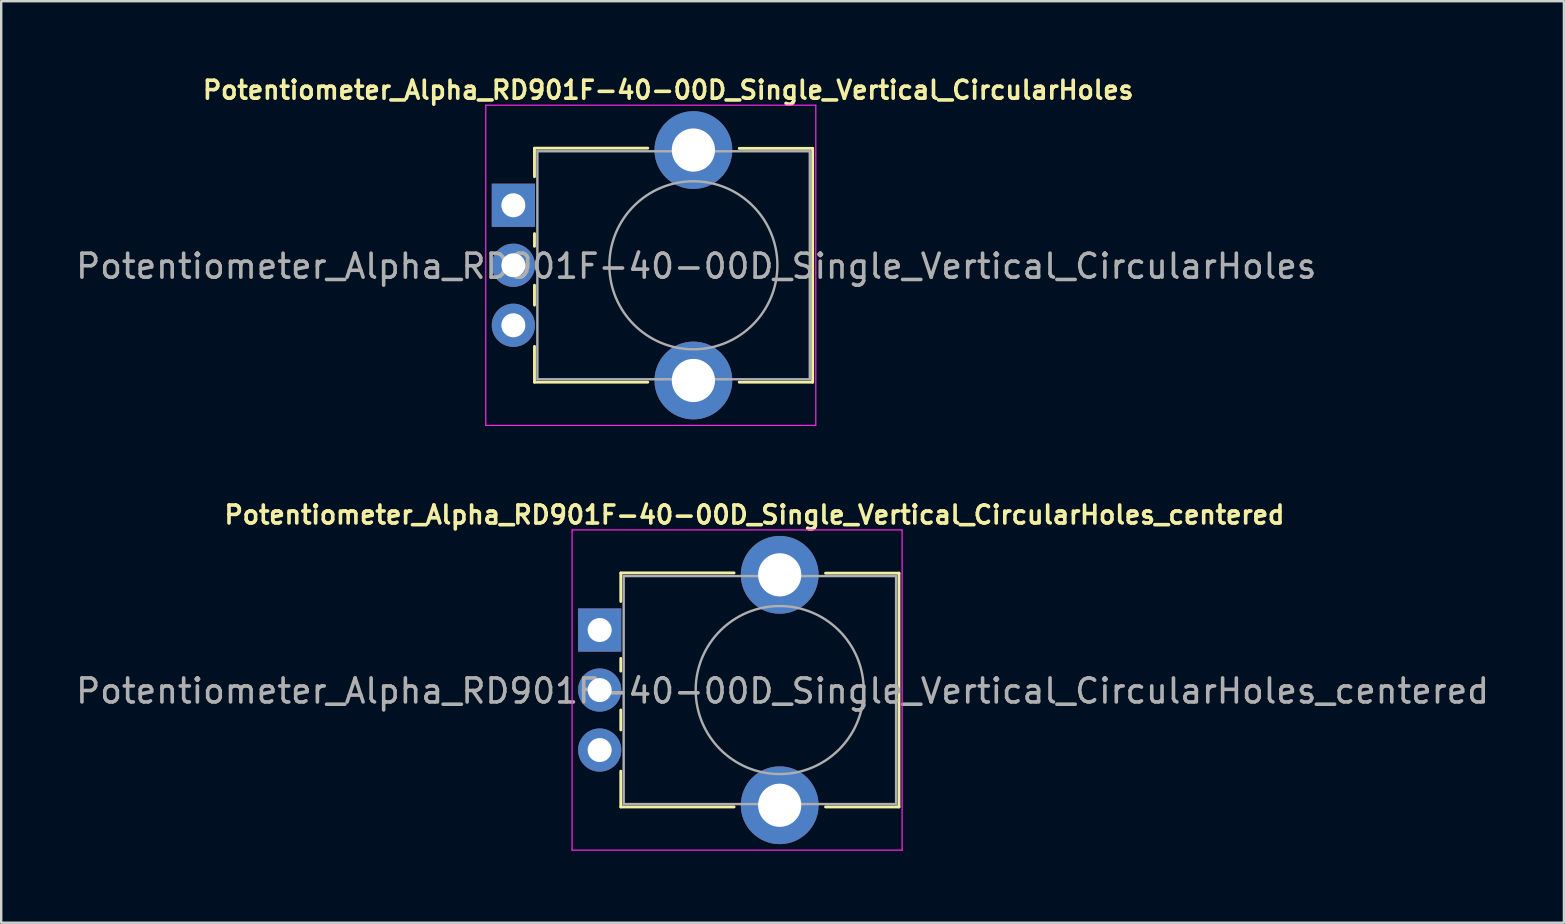
<source format=kicad_pcb>
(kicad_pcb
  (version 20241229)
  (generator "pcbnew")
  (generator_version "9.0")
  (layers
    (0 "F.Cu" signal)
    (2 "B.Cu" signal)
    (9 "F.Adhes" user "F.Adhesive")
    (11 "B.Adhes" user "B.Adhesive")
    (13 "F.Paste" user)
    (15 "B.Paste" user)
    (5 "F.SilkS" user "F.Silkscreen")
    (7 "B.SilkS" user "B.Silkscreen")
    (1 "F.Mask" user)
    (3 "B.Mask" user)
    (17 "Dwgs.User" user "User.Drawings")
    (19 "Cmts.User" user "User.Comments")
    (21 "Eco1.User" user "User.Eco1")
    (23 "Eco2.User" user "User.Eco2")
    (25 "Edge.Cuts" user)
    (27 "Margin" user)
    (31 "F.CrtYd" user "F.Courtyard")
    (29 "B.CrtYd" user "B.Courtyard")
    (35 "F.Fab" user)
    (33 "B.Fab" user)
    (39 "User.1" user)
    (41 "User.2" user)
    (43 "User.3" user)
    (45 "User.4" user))
  (footprint "Potentiometer_Alpha_RD901F-40-00D_Single_Vertical_CircularHoles_centered"
    (layer "F.Cu")
    (at 29.434 25.699)
    (property "Reference" "Potentiometer_Alpha_RD901F-40-00D_Single_Vertical_CircularHoles_centered" (at -1.05 -7.3 180) (layer "F.SilkS") (effects (font (size 0.75 0.75) (thickness 0.15))))
    (attr through_hole)
    (fp_line (start -6.62 -4.88) (end -1.9 -4.88) (stroke (width 0.12) (type solid)) (layer "F.SilkS"))
    (fp_line (start -6.62 -3.69) (end -6.62 -4.87) (stroke (width 0.12) (type solid)) (layer "F.SilkS"))
    (fp_line (start -6.62 -0.79) (end -6.62 -1.32) (stroke (width 0.12) (type solid)) (layer "F.SilkS"))
    (fp_line (start -6.62 1.66) (end -6.62 0.83) (stroke (width 0.12) (type solid)) (layer "F.SilkS"))
    (fp_line (start -6.62 4.87) (end -6.62 3.38) (stroke (width 0.12) (type solid)) (layer "F.SilkS"))
    (fp_line (start -6.62 4.87) (end -1.9 4.87) (stroke (width 0.12) (type solid)) (layer "F.SilkS"))
    (fp_line (start 1.91 -4.87) (end 4.97 -4.87) (stroke (width 0.12) (type solid)) (layer "F.SilkS"))
    (fp_line (start 1.91 4.87) (end 4.97 4.87) (stroke (width 0.12) (type solid)) (layer "F.SilkS"))
    (fp_line (start 4.97 4.87) (end 4.97 -4.87) (stroke (width 0.12) (type solid)) (layer "F.SilkS"))
    (fp_line (start -8.65 -6.67) (end -8.65 6.67) (stroke (width 0.05) (type solid)) (layer "F.CrtYd"))
    (fp_line (start -8.65 6.67) (end 5.1 6.67) (stroke (width 0.05) (type solid)) (layer "F.CrtYd"))
    (fp_line (start 5.1 -6.67) (end -8.65 -6.67) (stroke (width 0.05) (type solid)) (layer "F.CrtYd"))
    (fp_line (start 5.1 6.67) (end 5.1 -6.67) (stroke (width 0.05) (type solid)) (layer "F.CrtYd"))
    (fp_line (start -6.5 -4.75) (end 4.85 -4.75) (stroke (width 0.1) (type solid)) (layer "F.Fab"))
    (fp_line (start -6.5 4.75) (end -6.5 -4.75) (stroke (width 0.1) (type solid)) (layer "F.Fab"))
    (fp_line (start -6.5 4.75) (end 4.85 4.75) (stroke (width 0.1) (type solid)) (layer "F.Fab"))
    (fp_line (start 4.85 4.75) (end 4.85 -4.75) (stroke (width 0.1) (type solid)) (layer "F.Fab"))
    (fp_circle (center 0 0) (end 0 -3.5) (stroke (width 0.1) (type solid)) (fill no) (layer "F.Fab"))
    (fp_text user "${REFERENCE}" (at 0.12 0.04 0) (layer "F.Fab") (effects (font (size 1 1) (thickness 0.15))))
    (pad "" thru_hole circle (at 0 -4.8 90) (size 3.24 3.24) (drill 1.8) (layers "*.Cu" "*.Mask"))
    (pad "" thru_hole circle (at 0 4.8 90) (size 3.24 3.24) (drill 1.8) (layers "*.Cu" "*.Mask"))
    (pad "1" thru_hole rect (at -7.5 -2.5 90) (size 1.8 1.8) (drill 1) (layers "*.Cu" "*.Mask"))
    (pad "2" thru_hole circle (at -7.5 0 90) (size 1.8 1.8) (drill 1) (layers "*.Cu" "*.Mask"))
    (pad "3" thru_hole circle (at -7.5 2.5 90) (size 1.8 1.8) (drill 1) (layers "*.Cu" "*.Mask")))
  (footprint "Potentiometer_Alpha_RD901F-40-00D_Single_Vertical_CircularHoles"
    (layer "F.Cu")
    (at 18.338 5.502)
    (property "Reference" "Potentiometer_Alpha_RD901F-40-00D_Single_Vertical_CircularHoles" (at 6.45 -4.8 180) (layer "F.SilkS") (effects (font (size 0.75 0.75) (thickness 0.15))))
    (attr through_hole)
    (fp_line (start 0.88 -2.38) (end 5.6 -2.38) (stroke (width 0.12) (type solid)) (layer "F.SilkS"))
    (fp_line (start 0.88 -1.19) (end 0.88 -2.37) (stroke (width 0.12) (type solid)) (layer "F.SilkS"))
    (fp_line (start 0.88 1.71) (end 0.88 1.18) (stroke (width 0.12) (type solid)) (layer "F.SilkS"))
    (fp_line (start 0.88 4.16) (end 0.88 3.33) (stroke (width 0.12) (type solid)) (layer "F.SilkS"))
    (fp_line (start 0.88 7.37) (end 0.88 5.88) (stroke (width 0.12) (type solid)) (layer "F.SilkS"))
    (fp_line (start 0.88 7.37) (end 5.6 7.37) (stroke (width 0.12) (type solid)) (layer "F.SilkS"))
    (fp_line (start 9.41 -2.37) (end 12.47 -2.37) (stroke (width 0.12) (type solid)) (layer "F.SilkS"))
    (fp_line (start 9.41 7.37) (end 12.47 7.37) (stroke (width 0.12) (type solid)) (layer "F.SilkS"))
    (fp_line (start 12.47 7.37) (end 12.47 -2.37) (stroke (width 0.12) (type solid)) (layer "F.SilkS"))
    (fp_line (start -1.15 -4.17) (end -1.15 9.17) (stroke (width 0.05) (type solid)) (layer "F.CrtYd"))
    (fp_line (start -1.15 9.17) (end 12.6 9.17) (stroke (width 0.05) (type solid)) (layer "F.CrtYd"))
    (fp_line (start 12.6 -4.17) (end -1.15 -4.17) (stroke (width 0.05) (type solid)) (layer "F.CrtYd"))
    (fp_line (start 12.6 9.17) (end 12.6 -4.17) (stroke (width 0.05) (type solid)) (layer "F.CrtYd"))
    (fp_line (start 1 -2.25) (end 12.35 -2.25) (stroke (width 0.1) (type solid)) (layer "F.Fab"))
    (fp_line (start 1 7.25) (end 1 -2.25) (stroke (width 0.1) (type solid)) (layer "F.Fab"))
    (fp_line (start 1 7.25) (end 12.35 7.25) (stroke (width 0.1) (type solid)) (layer "F.Fab"))
    (fp_line (start 12.35 7.25) (end 12.35 -2.25) (stroke (width 0.1) (type solid)) (layer "F.Fab"))
    (fp_circle (center 7.5 2.5) (end 7.5 -1) (stroke (width 0.1) (type solid)) (fill no) (layer "F.Fab"))
    (fp_text user "${REFERENCE}" (at 7.62 2.54 0) (layer "F.Fab") (effects (font (size 1 1) (thickness 0.15))))
    (pad "" thru_hole circle (at 7.5 -2.3 90) (size 3.24 3.24) (drill 1.8) (layers "*.Cu" "*.Mask"))
    (pad "" thru_hole circle (at 7.5 7.3 90) (size 3.24 3.24) (drill 1.8) (layers "*.Cu" "*.Mask"))
    (pad "1" thru_hole rect (at 0 0 90) (size 1.8 1.8) (drill 1) (layers "*.Cu" "*.Mask"))
    (pad "2" thru_hole circle (at 0 2.5 90) (size 1.8 1.8) (drill 1) (layers "*.Cu" "*.Mask"))
    (pad "3" thru_hole circle (at 0 5 90) (size 1.8 1.8) (drill 1) (layers "*.Cu" "*.Mask")))
  (gr_rect
    (start -3 -3)
    (end 62.107 35.394)
    (stroke (width 0.1) (type default))
    (fill no)
    (layer "Edge.Cuts")))
</source>
